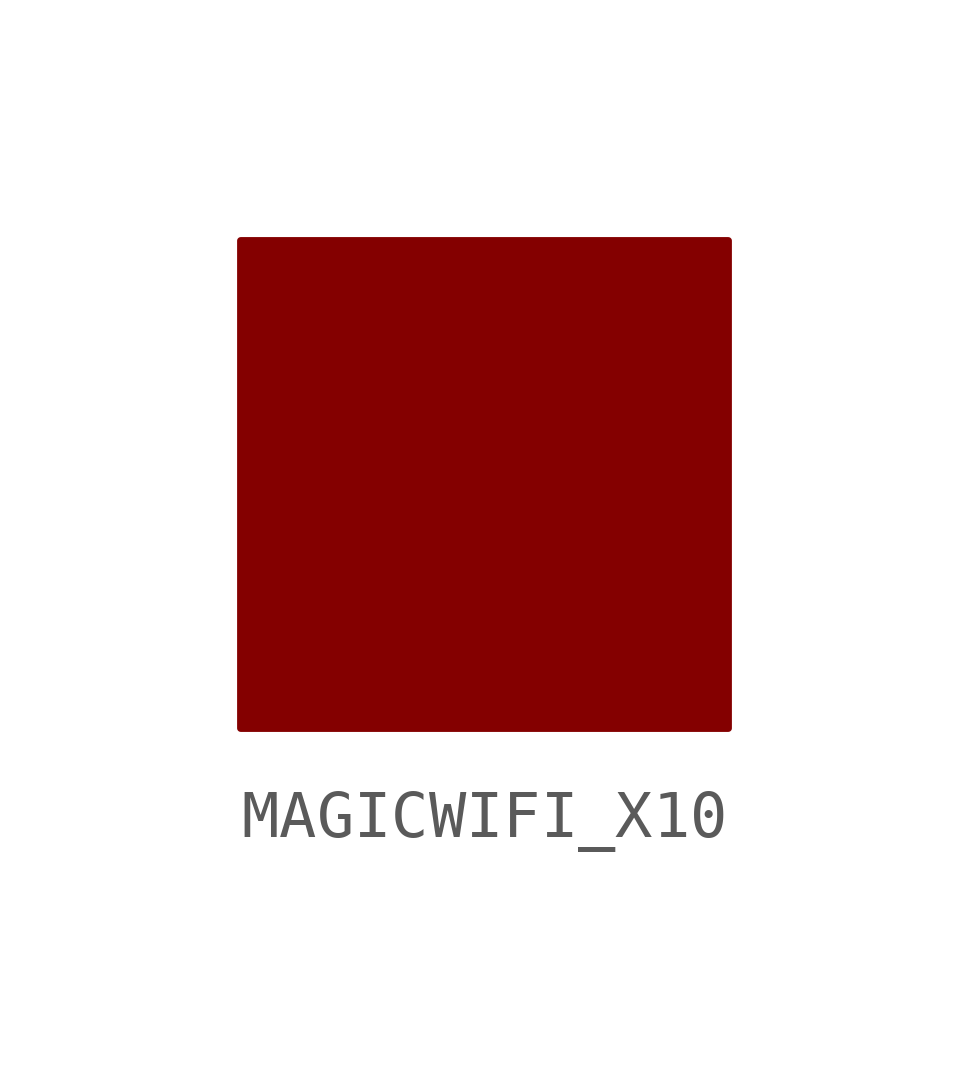
<source format=kicad_sym>
(kicad_symbol_lib
  (version 20220914)
  (generator kicad_symbol_editor)
  (symbol "MAGICWIFI_X10"
    (property "Reference" ""
      (at 0 0 0)
      (effects (font (size 1.27 1.27)) hide))
    (property "ki_locked" ""
      (at 0 0 0)
      (effects (font (size 1.27 1.27))))
    (symbol "MAGICWIFI_X10_1_0"
      (rectangle (start -5.08 -5.08) (end 5.08 5.08) (stroke (width 0) (type default)) (fill (type outline))))))
</source>
